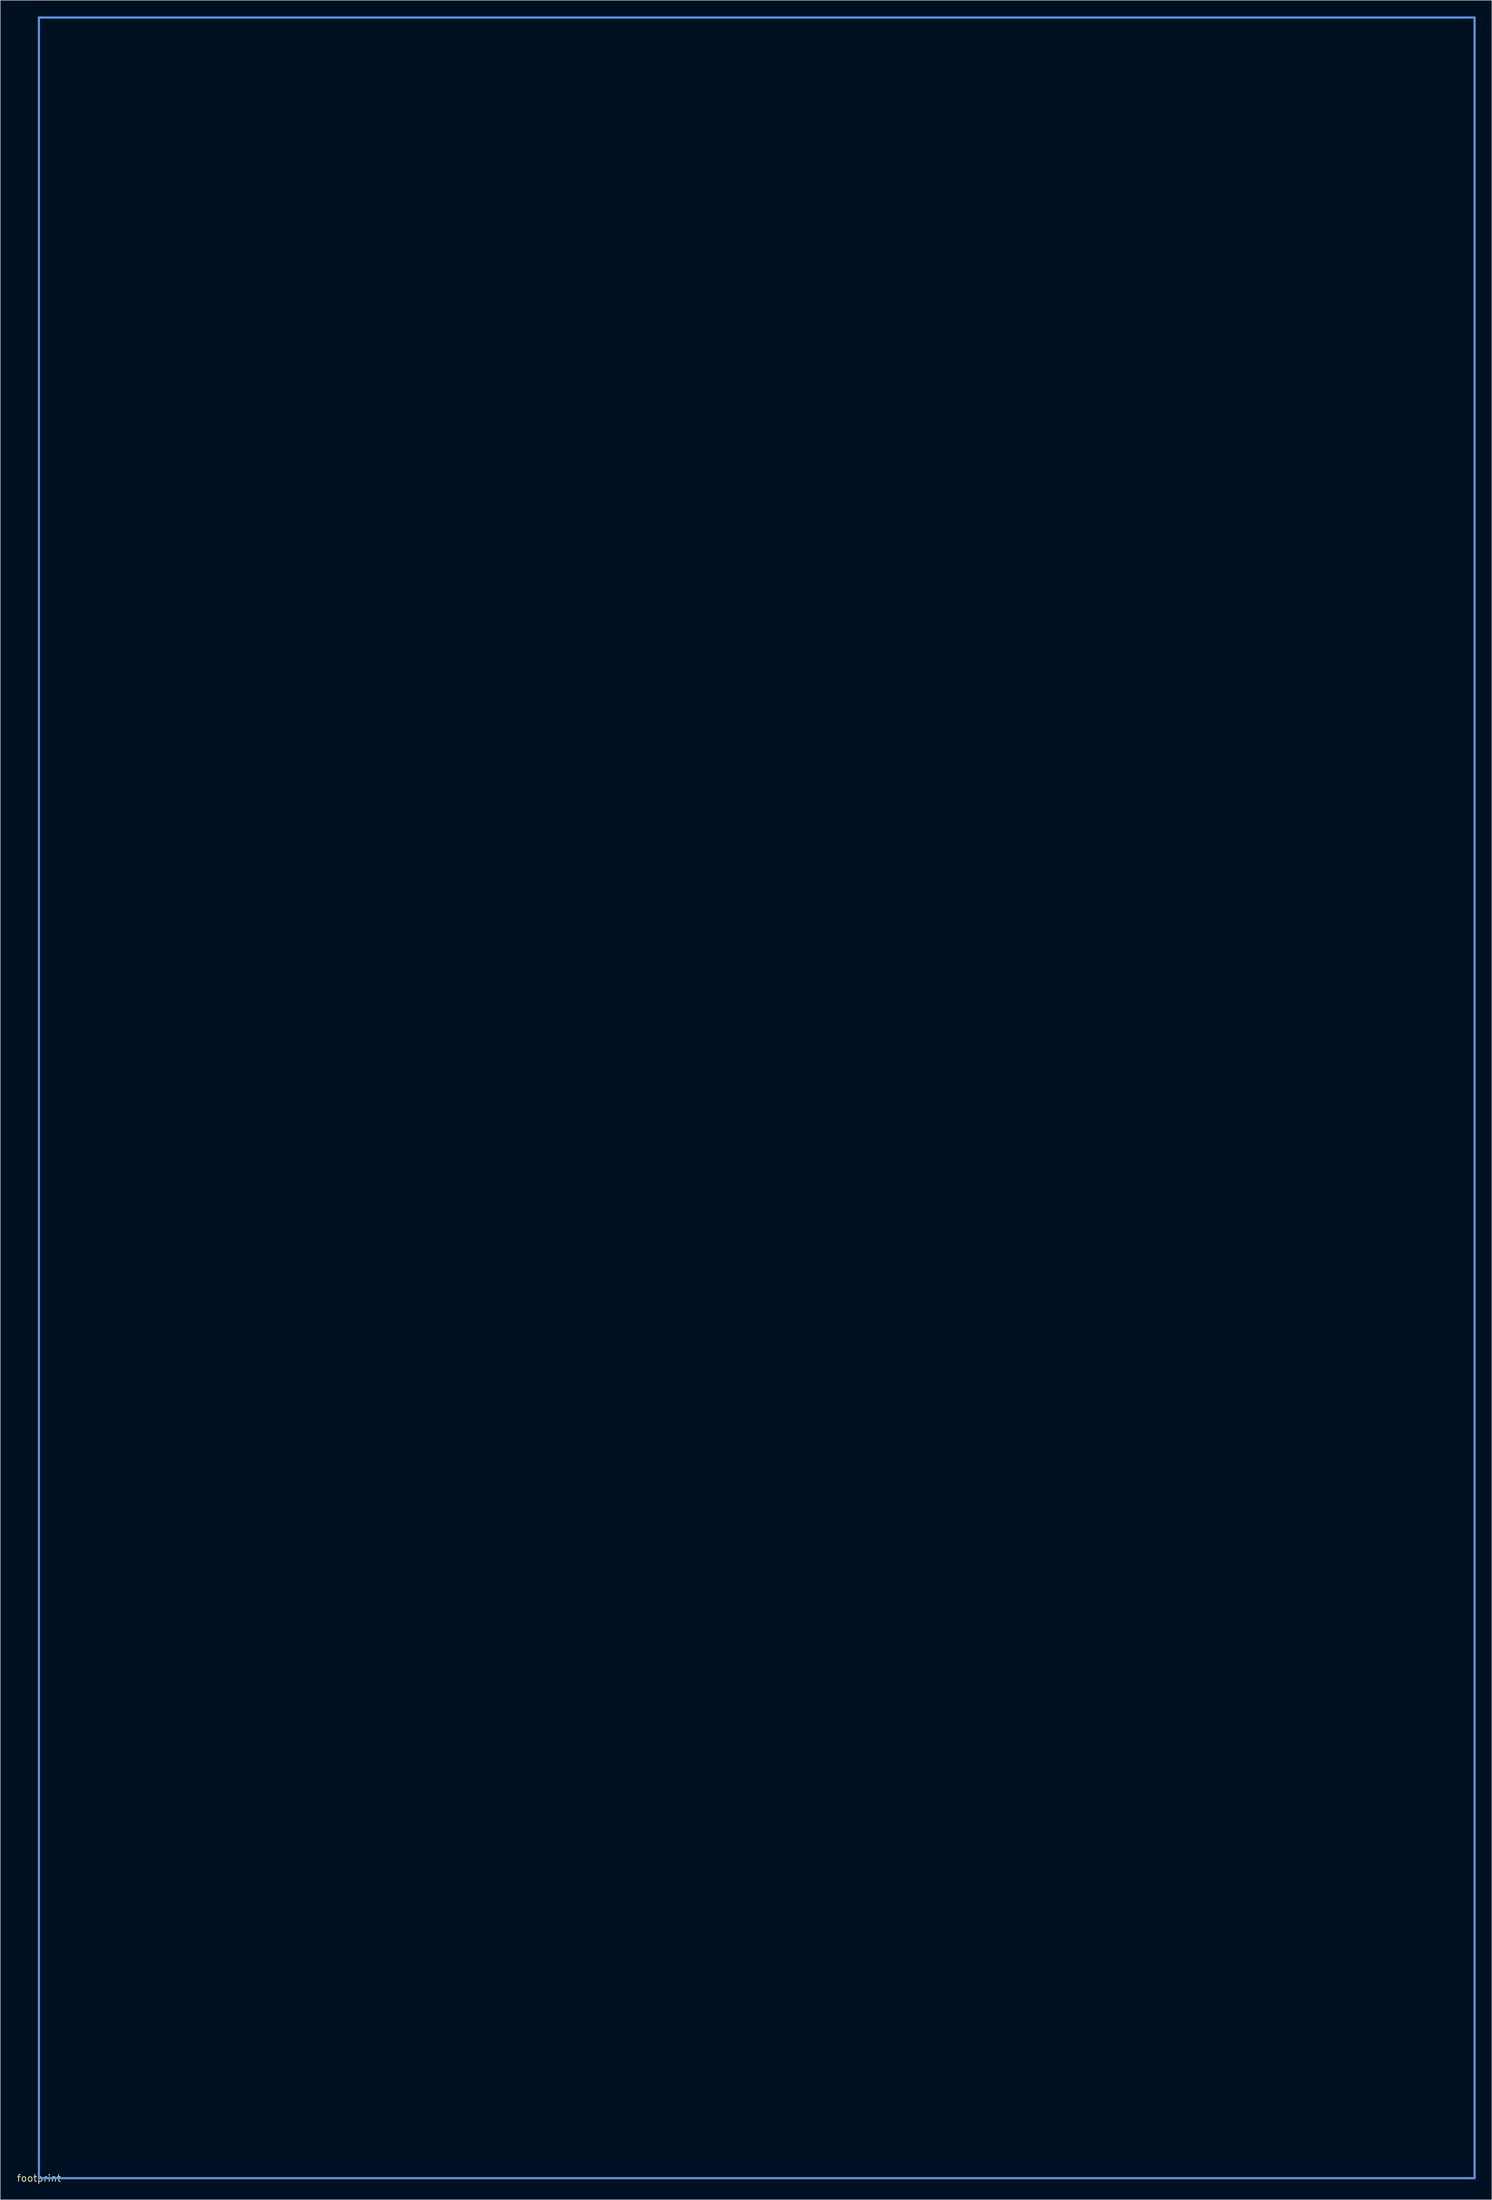
<source format=kicad_pcb>
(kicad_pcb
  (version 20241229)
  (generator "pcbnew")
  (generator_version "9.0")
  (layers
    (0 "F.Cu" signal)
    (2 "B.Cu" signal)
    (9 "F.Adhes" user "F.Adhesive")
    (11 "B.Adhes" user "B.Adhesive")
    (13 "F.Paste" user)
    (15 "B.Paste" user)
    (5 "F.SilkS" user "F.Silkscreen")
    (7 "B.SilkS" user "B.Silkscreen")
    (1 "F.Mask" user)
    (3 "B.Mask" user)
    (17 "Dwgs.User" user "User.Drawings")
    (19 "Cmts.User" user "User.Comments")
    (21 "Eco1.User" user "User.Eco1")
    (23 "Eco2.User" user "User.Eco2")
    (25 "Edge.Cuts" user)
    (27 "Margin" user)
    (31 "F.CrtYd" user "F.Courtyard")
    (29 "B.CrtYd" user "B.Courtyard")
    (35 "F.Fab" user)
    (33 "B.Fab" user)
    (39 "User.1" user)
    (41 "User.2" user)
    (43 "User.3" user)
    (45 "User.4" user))
  (footprint "footprint"
    (layer "F.Cu")
    (at 4.18 401.523)
    (property "Reference" "footprint" (at 0 0 0) (layer "F.SilkS") (effects (font (size 1.27 1.27) (thickness 0.15))))
    (fp_line (start 0 -401.32) (end 0 0) (stroke (width 0.406) (type solid)) (layer "Cmts.User"))
    (fp_line (start 0 0) (end 266.7 0) (stroke (width 0.406) (type solid)) (layer "Cmts.User"))
    (fp_line (start 266.7 -401.32) (end 0 -401.32) (stroke (width 0.406) (type solid)) (layer "Cmts.User"))
    (fp_line (start 266.7 0) (end 266.7 -401.32) (stroke (width 0.406) (type solid)) (layer "Cmts.User")))
  (gr_rect
    (start -3 -3)
    (end 274.083 405.529)
    (stroke (width 0.1) (type default))
    (fill no)
    (layer "Edge.Cuts")))
</source>
